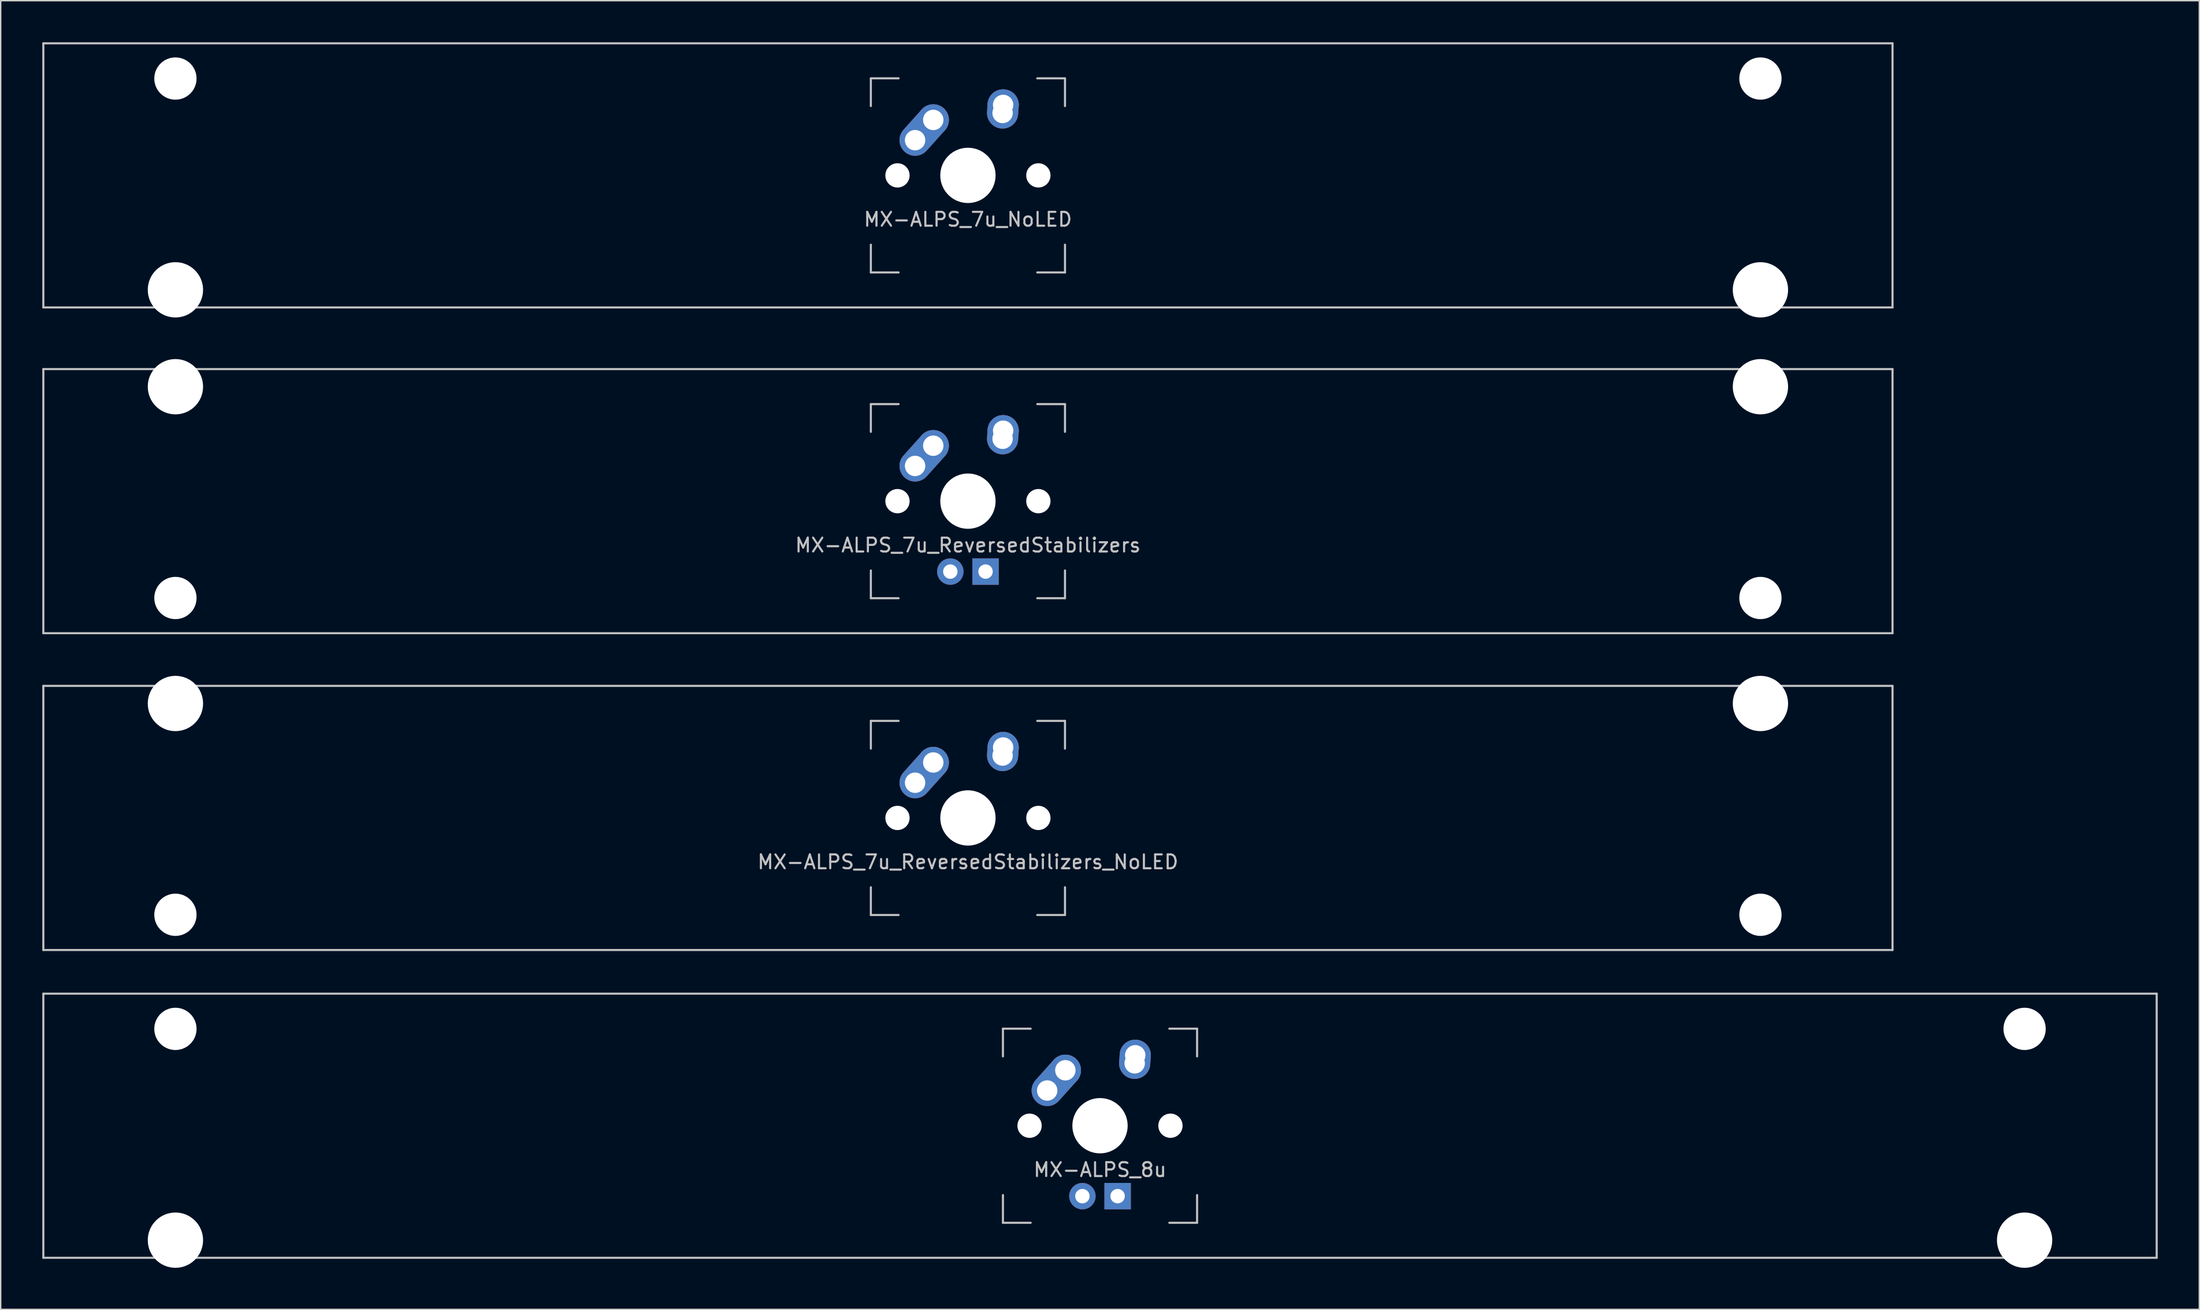
<source format=kicad_pcb>
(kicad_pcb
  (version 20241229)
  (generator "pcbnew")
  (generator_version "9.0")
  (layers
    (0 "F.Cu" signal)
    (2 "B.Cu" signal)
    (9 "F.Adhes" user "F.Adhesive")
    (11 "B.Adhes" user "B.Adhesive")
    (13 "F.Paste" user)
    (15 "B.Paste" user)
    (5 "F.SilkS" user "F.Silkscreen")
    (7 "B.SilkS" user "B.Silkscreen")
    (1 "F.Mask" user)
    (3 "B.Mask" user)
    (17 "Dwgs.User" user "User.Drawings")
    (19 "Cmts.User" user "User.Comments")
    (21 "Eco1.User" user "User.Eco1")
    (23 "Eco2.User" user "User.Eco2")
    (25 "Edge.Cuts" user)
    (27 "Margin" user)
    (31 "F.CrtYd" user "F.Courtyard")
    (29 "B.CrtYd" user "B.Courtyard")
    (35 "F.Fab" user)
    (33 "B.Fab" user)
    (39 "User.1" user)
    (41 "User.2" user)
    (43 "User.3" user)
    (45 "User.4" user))
  (footprint "MX-ALPS_7u_NoLED"
    (layer "F.Cu")
    (at 66.75 9.6)
    (property "Reference" "MX-ALPS_7u_NoLED" (at 0 3.175 0) (layer "Dwgs.User") (effects (font (size 1 1) (thickness 0.15))))
    (attr through_hole)
    (fp_line (start -66.675 -9.525) (end 66.675 -9.525) (stroke (width 0.15) (type solid)) (layer "Dwgs.User"))
    (fp_line (start -66.675 9.525) (end -66.675 -9.525) (stroke (width 0.15) (type solid)) (layer "Dwgs.User"))
    (fp_line (start -66.675 9.525) (end 66.675 9.525) (stroke (width 0.15) (type solid)) (layer "Dwgs.User"))
    (fp_line (start -7 -7) (end -7 -5) (stroke (width 0.15) (type solid)) (layer "Dwgs.User"))
    (fp_line (start -7 5) (end -7 7) (stroke (width 0.15) (type solid)) (layer "Dwgs.User"))
    (fp_line (start -7 7) (end -5 7) (stroke (width 0.15) (type solid)) (layer "Dwgs.User"))
    (fp_line (start -5 -7) (end -7 -7) (stroke (width 0.15) (type solid)) (layer "Dwgs.User"))
    (fp_line (start 5 -7) (end 7 -7) (stroke (width 0.15) (type solid)) (layer "Dwgs.User"))
    (fp_line (start 5 7) (end 7 7) (stroke (width 0.15) (type solid)) (layer "Dwgs.User"))
    (fp_line (start 7 -7) (end 7 -5) (stroke (width 0.15) (type solid)) (layer "Dwgs.User"))
    (fp_line (start 7 7) (end 7 5) (stroke (width 0.15) (type solid)) (layer "Dwgs.User"))
    (fp_line (start 66.675 -9.525) (end 66.675 9.525) (stroke (width 0.15) (type solid)) (layer "Dwgs.User"))
    (pad "" np_thru_hole circle (at -57.15 -6.985) (size 3.048 3.048) (drill 3.048) (layers "*.Cu" "*.Mask"))
    (pad "" np_thru_hole circle (at -57.15 8.255) (size 3.988 3.988) (drill 3.988) (layers "*.Cu" "*.Mask"))
    (pad "" np_thru_hole circle (at -5.08 0 48.1) (size 1.75 1.75) (drill 1.75) (layers "*.Cu" "*.Mask"))
    (pad "" np_thru_hole circle (at 0 0) (size 3.988 3.988) (drill 3.988) (layers "*.Cu" "*.Mask"))
    (pad "" np_thru_hole circle (at 5.08 0 48.1) (size 1.75 1.75) (drill 1.75) (layers "*.Cu" "*.Mask"))
    (pad "" np_thru_hole circle (at 57.15 -6.985) (size 3.048 3.048) (drill 3.048) (layers "*.Cu" "*.Mask"))
    (pad "" np_thru_hole circle (at 57.15 8.255) (size 3.988 3.988) (drill 3.988) (layers "*.Cu" "*.Mask"))
    (pad "1" thru_hole oval (at -3.81 -2.54 48.1) (size 4.212 2.25) (drill 1.47 (offset 0.981 0)) (layers "*.Cu" "B.Mask"))
    (pad "1" thru_hole circle (at -2.5 -4) (size 2.25 2.25) (drill 1.47) (layers "*.Cu" "B.Mask"))
    (pad "2" thru_hole oval (at 2.5 -4.5 86.055) (size 2.831 2.25) (drill 1.47 (offset 0.291 0)) (layers "*.Cu" "B.Mask"))
    (pad "2" thru_hole circle (at 2.54 -5.08) (size 2.25 2.25) (drill 1.47) (layers "*.Cu" "B.Mask")))
  (footprint "MX-ALPS_8u"
    (layer "F.Cu")
    (at 76.275 78.147)
    (property "Reference" "MX-ALPS_8u" (at 0 3.175 0) (layer "Dwgs.User") (effects (font (size 1 1) (thickness 0.15))))
    (attr through_hole)
    (fp_line (start -76.2 -9.525) (end 76.2 -9.525) (stroke (width 0.15) (type solid)) (layer "Dwgs.User"))
    (fp_line (start -76.2 9.525) (end -76.2 -9.525) (stroke (width 0.15) (type solid)) (layer "Dwgs.User"))
    (fp_line (start -76.2 9.525) (end 76.2 9.525) (stroke (width 0.15) (type solid)) (layer "Dwgs.User"))
    (fp_line (start -7 -7) (end -7 -5) (stroke (width 0.15) (type solid)) (layer "Dwgs.User"))
    (fp_line (start -7 5) (end -7 7) (stroke (width 0.15) (type solid)) (layer "Dwgs.User"))
    (fp_line (start -7 7) (end -5 7) (stroke (width 0.15) (type solid)) (layer "Dwgs.User"))
    (fp_line (start -5 -7) (end -7 -7) (stroke (width 0.15) (type solid)) (layer "Dwgs.User"))
    (fp_line (start 5 -7) (end 7 -7) (stroke (width 0.15) (type solid)) (layer "Dwgs.User"))
    (fp_line (start 5 7) (end 7 7) (stroke (width 0.15) (type solid)) (layer "Dwgs.User"))
    (fp_line (start 7 -7) (end 7 -5) (stroke (width 0.15) (type solid)) (layer "Dwgs.User"))
    (fp_line (start 7 7) (end 7 5) (stroke (width 0.15) (type solid)) (layer "Dwgs.User"))
    (fp_line (start 76.2 -9.525) (end 76.2 9.525) (stroke (width 0.15) (type solid)) (layer "Dwgs.User"))
    (pad "" np_thru_hole circle (at -66.675 -6.985) (size 3.048 3.048) (drill 3.048) (layers "*.Cu" "*.Mask"))
    (pad "" np_thru_hole circle (at -66.675 8.255) (size 3.988 3.988) (drill 3.988) (layers "*.Cu" "*.Mask"))
    (pad "" np_thru_hole circle (at -5.08 0 48.1) (size 1.75 1.75) (drill 1.75) (layers "*.Cu" "*.Mask"))
    (pad "" np_thru_hole circle (at 0 0) (size 3.988 3.988) (drill 3.988) (layers "*.Cu" "*.Mask"))
    (pad "" np_thru_hole circle (at 5.08 0 48.1) (size 1.75 1.75) (drill 1.75) (layers "*.Cu" "*.Mask"))
    (pad "" np_thru_hole circle (at 66.675 -6.985) (size 3.048 3.048) (drill 3.048) (layers "*.Cu" "*.Mask"))
    (pad "" np_thru_hole circle (at 66.675 8.255) (size 3.988 3.988) (drill 3.988) (layers "*.Cu" "*.Mask"))
    (pad "1" thru_hole oval (at -3.81 -2.54 48.1) (size 4.212 2.25) (drill 1.47 (offset 0.981 0)) (layers "*.Cu" "B.Mask"))
    (pad "1" thru_hole circle (at -2.5 -4) (size 2.25 2.25) (drill 1.47) (layers "*.Cu" "B.Mask"))
    (pad "2" thru_hole oval (at 2.5 -4.5 86.055) (size 2.831 2.25) (drill 1.47 (offset 0.291 0)) (layers "*.Cu" "B.Mask"))
    (pad "2" thru_hole circle (at 2.54 -5.08) (size 2.25 2.25) (drill 1.47) (layers "*.Cu" "B.Mask"))
    (pad "3" thru_hole circle (at -1.27 5.08) (size 1.905 1.905) (drill 1.04) (layers "*.Cu" "B.Mask"))
    (pad "4" thru_hole rect (at 1.27 5.08) (size 1.905 1.905) (drill 1.04) (layers "*.Cu" "B.Mask")))
  (footprint "MX-ALPS_7u_ReversedStabilizers"
    (layer "F.Cu")
    (at 66.75 33.098)
    (property "Reference" "MX-ALPS_7u_ReversedStabilizers" (at 0 3.175 0) (layer "Dwgs.User") (effects (font (size 1 1) (thickness 0.15))))
    (attr through_hole)
    (fp_line (start -66.675 -9.525) (end 66.675 -9.525) (stroke (width 0.15) (type solid)) (layer "Dwgs.User"))
    (fp_line (start -66.675 9.525) (end -66.675 -9.525) (stroke (width 0.15) (type solid)) (layer "Dwgs.User"))
    (fp_line (start -66.675 9.525) (end 66.675 9.525) (stroke (width 0.15) (type solid)) (layer "Dwgs.User"))
    (fp_line (start -7 -7) (end -7 -5) (stroke (width 0.15) (type solid)) (layer "Dwgs.User"))
    (fp_line (start -7 5) (end -7 7) (stroke (width 0.15) (type solid)) (layer "Dwgs.User"))
    (fp_line (start -7 7) (end -5 7) (stroke (width 0.15) (type solid)) (layer "Dwgs.User"))
    (fp_line (start -5 -7) (end -7 -7) (stroke (width 0.15) (type solid)) (layer "Dwgs.User"))
    (fp_line (start 5 -7) (end 7 -7) (stroke (width 0.15) (type solid)) (layer "Dwgs.User"))
    (fp_line (start 5 7) (end 7 7) (stroke (width 0.15) (type solid)) (layer "Dwgs.User"))
    (fp_line (start 7 -7) (end 7 -5) (stroke (width 0.15) (type solid)) (layer "Dwgs.User"))
    (fp_line (start 7 7) (end 7 5) (stroke (width 0.15) (type solid)) (layer "Dwgs.User"))
    (fp_line (start 66.675 -9.525) (end 66.675 9.525) (stroke (width 0.15) (type solid)) (layer "Dwgs.User"))
    (pad "" np_thru_hole circle (at -57.15 -8.255) (size 3.988 3.988) (drill 3.988) (layers "*.Cu" "*.Mask"))
    (pad "" np_thru_hole circle (at -57.15 6.985) (size 3.048 3.048) (drill 3.048) (layers "*.Cu" "*.Mask"))
    (pad "" np_thru_hole circle (at -5.08 0 48.1) (size 1.75 1.75) (drill 1.75) (layers "*.Cu" "*.Mask"))
    (pad "" np_thru_hole circle (at 0 0) (size 3.988 3.988) (drill 3.988) (layers "*.Cu" "*.Mask"))
    (pad "" np_thru_hole circle (at 5.08 0 48.1) (size 1.75 1.75) (drill 1.75) (layers "*.Cu" "*.Mask"))
    (pad "" np_thru_hole circle (at 57.15 -8.255) (size 3.988 3.988) (drill 3.988) (layers "*.Cu" "*.Mask"))
    (pad "" np_thru_hole circle (at 57.15 6.985) (size 3.048 3.048) (drill 3.048) (layers "*.Cu" "*.Mask"))
    (pad "1" thru_hole oval (at -3.81 -2.54 48.1) (size 4.212 2.25) (drill 1.47 (offset 0.981 0)) (layers "*.Cu" "B.Mask"))
    (pad "1" thru_hole circle (at -2.5 -4) (size 2.25 2.25) (drill 1.47) (layers "*.Cu" "B.Mask"))
    (pad "2" thru_hole oval (at 2.5 -4.5 86.055) (size 2.831 2.25) (drill 1.47 (offset 0.291 0)) (layers "*.Cu" "B.Mask"))
    (pad "2" thru_hole circle (at 2.54 -5.08) (size 2.25 2.25) (drill 1.47) (layers "*.Cu" "B.Mask"))
    (pad "3" thru_hole circle (at -1.27 5.08) (size 1.905 1.905) (drill 1.04) (layers "*.Cu" "B.Mask"))
    (pad "4" thru_hole rect (at 1.27 5.08) (size 1.905 1.905) (drill 1.04) (layers "*.Cu" "B.Mask")))
  (footprint "MX-ALPS_7u_ReversedStabilizers_NoLED"
    (layer "F.Cu")
    (at 66.75 55.947)
    (property "Reference" "MX-ALPS_7u_ReversedStabilizers_NoLED" (at 0 3.175 0) (layer "Dwgs.User") (effects (font (size 1 1) (thickness 0.15))))
    (attr through_hole)
    (fp_line (start -66.675 -9.525) (end 66.675 -9.525) (stroke (width 0.15) (type solid)) (layer "Dwgs.User"))
    (fp_line (start -66.675 9.525) (end -66.675 -9.525) (stroke (width 0.15) (type solid)) (layer "Dwgs.User"))
    (fp_line (start -66.675 9.525) (end 66.675 9.525) (stroke (width 0.15) (type solid)) (layer "Dwgs.User"))
    (fp_line (start -7 -7) (end -7 -5) (stroke (width 0.15) (type solid)) (layer "Dwgs.User"))
    (fp_line (start -7 5) (end -7 7) (stroke (width 0.15) (type solid)) (layer "Dwgs.User"))
    (fp_line (start -7 7) (end -5 7) (stroke (width 0.15) (type solid)) (layer "Dwgs.User"))
    (fp_line (start -5 -7) (end -7 -7) (stroke (width 0.15) (type solid)) (layer "Dwgs.User"))
    (fp_line (start 5 -7) (end 7 -7) (stroke (width 0.15) (type solid)) (layer "Dwgs.User"))
    (fp_line (start 5 7) (end 7 7) (stroke (width 0.15) (type solid)) (layer "Dwgs.User"))
    (fp_line (start 7 -7) (end 7 -5) (stroke (width 0.15) (type solid)) (layer "Dwgs.User"))
    (fp_line (start 7 7) (end 7 5) (stroke (width 0.15) (type solid)) (layer "Dwgs.User"))
    (fp_line (start 66.675 -9.525) (end 66.675 9.525) (stroke (width 0.15) (type solid)) (layer "Dwgs.User"))
    (pad "" np_thru_hole circle (at -57.15 -8.255) (size 3.988 3.988) (drill 3.988) (layers "*.Cu" "*.Mask"))
    (pad "" np_thru_hole circle (at -57.15 6.985) (size 3.048 3.048) (drill 3.048) (layers "*.Cu" "*.Mask"))
    (pad "" np_thru_hole circle (at -5.08 0 48.1) (size 1.75 1.75) (drill 1.75) (layers "*.Cu" "*.Mask"))
    (pad "" np_thru_hole circle (at 0 0) (size 3.988 3.988) (drill 3.988) (layers "*.Cu" "*.Mask"))
    (pad "" np_thru_hole circle (at 5.08 0 48.1) (size 1.75 1.75) (drill 1.75) (layers "*.Cu" "*.Mask"))
    (pad "" np_thru_hole circle (at 57.15 -8.255) (size 3.988 3.988) (drill 3.988) (layers "*.Cu" "*.Mask"))
    (pad "" np_thru_hole circle (at 57.15 6.985) (size 3.048 3.048) (drill 3.048) (layers "*.Cu" "*.Mask"))
    (pad "1" thru_hole oval (at -3.81 -2.54 48.1) (size 4.212 2.25) (drill 1.47 (offset 0.981 0)) (layers "*.Cu" "B.Mask"))
    (pad "1" thru_hole circle (at -2.5 -4) (size 2.25 2.25) (drill 1.47) (layers "*.Cu" "B.Mask"))
    (pad "2" thru_hole oval (at 2.5 -4.5 86.055) (size 2.831 2.25) (drill 1.47 (offset 0.291 0)) (layers "*.Cu" "B.Mask"))
    (pad "2" thru_hole circle (at 2.54 -5.08) (size 2.25 2.25) (drill 1.47) (layers "*.Cu" "B.Mask")))
  (gr_rect
    (start -3 -3)
    (end 155.55 91.396)
    (stroke (width 0.1) (type default))
    (fill no)
    (layer "Edge.Cuts")))
</source>
